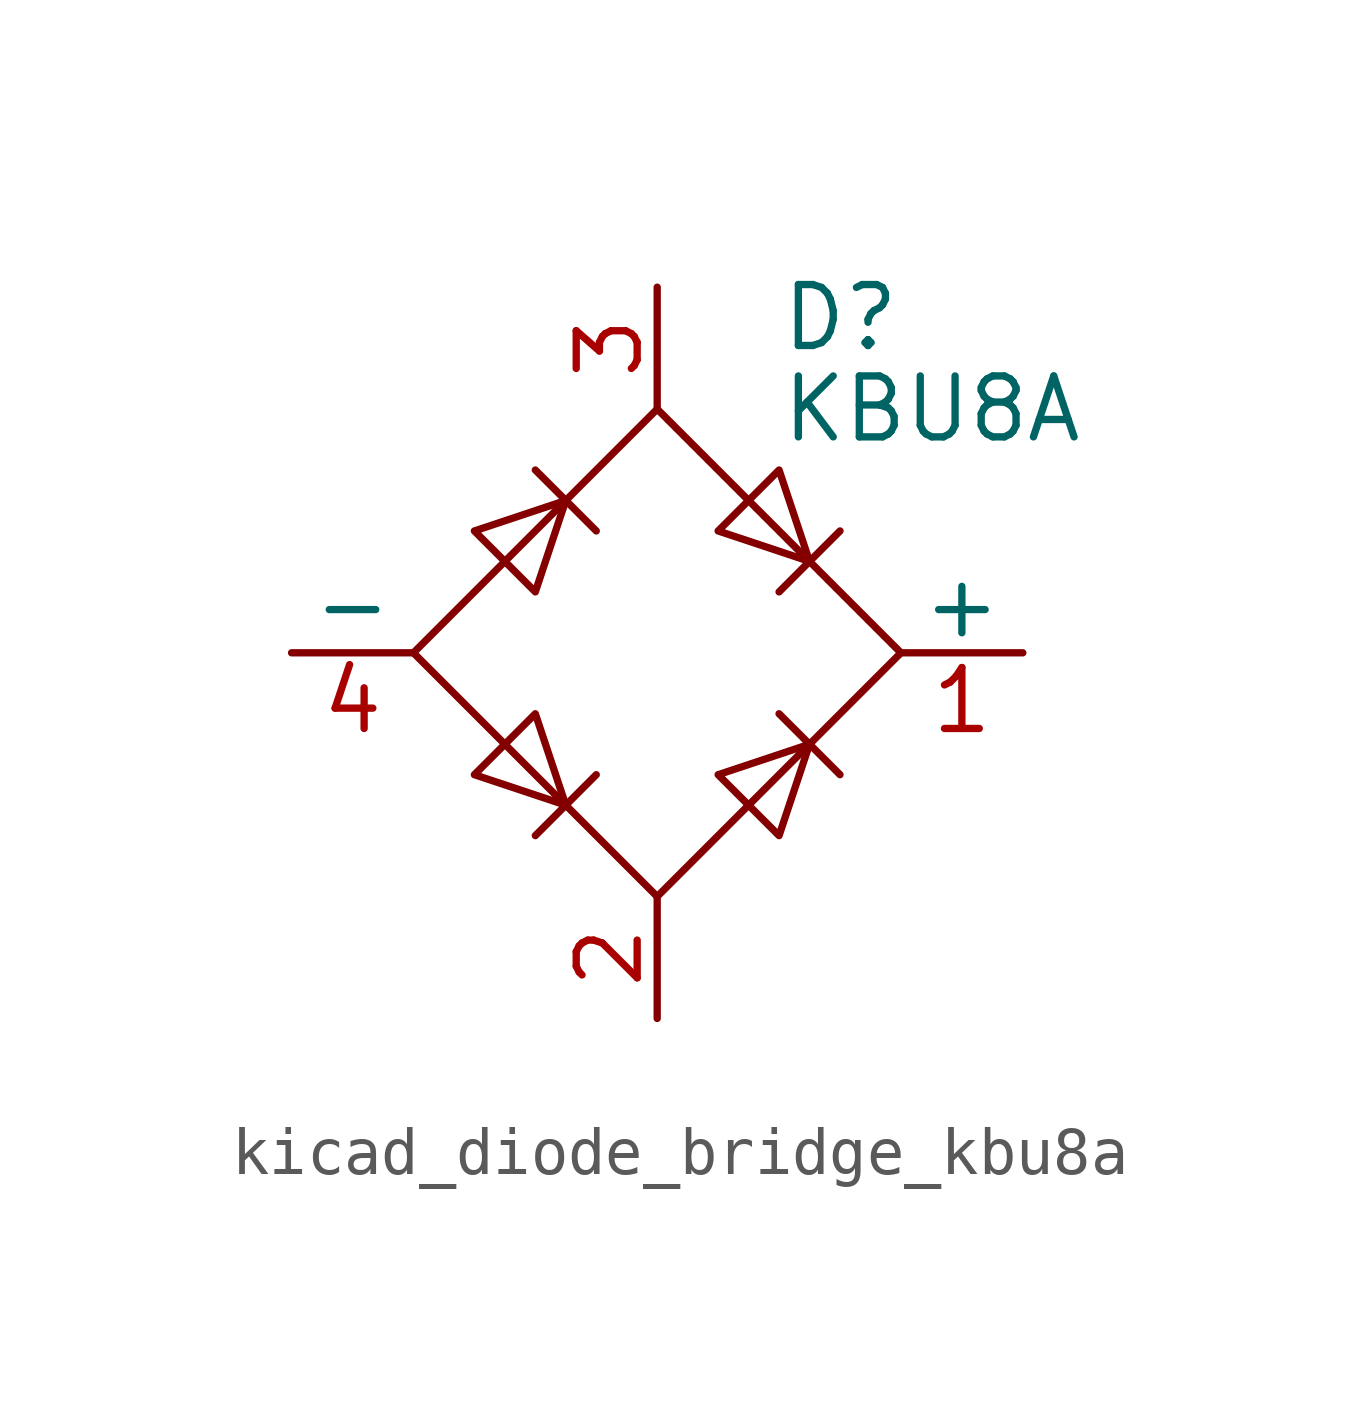
<source format=kicad_sym>
(kicad_symbol_lib
  (version 20220914)
  (generator kicad_symbol_editor)
  (symbol "kicad_diode_bridge_kbu8a"
    (pin_names
      (offset 0))
    (property "Reference" "D"
      (at 2.54 6.985 0)
      (effects (font (size 1.27 1.27)) (justify left)))
    (property "Value" "KBU8A"
      (at 2.54 5.08 0)
      (effects (font (size 1.27 1.27)) (justify left)))
    (symbol "kicad_diode_bridge_kbu8a_0_1"
      (polyline (pts (xy -2.54 3.81) (xy -1.27 2.54)) (stroke (width 0) (type default)) (fill (type none)))
      (polyline (pts (xy -1.27 -2.54) (xy -2.54 -3.81)) (stroke (width 0) (type default)) (fill (type none)))
      (polyline (pts (xy 2.54 -1.27) (xy 3.81 -2.54)) (stroke (width 0) (type default)) (fill (type none)))
      (polyline (pts (xy 2.54 1.27) (xy 3.81 2.54)) (stroke (width 0) (type default)) (fill (type none)))
      (polyline (pts (xy -3.81 2.54) (xy -2.54 1.27) (xy -1.905 3.175) (xy -3.81 2.54)) (stroke (width 0) (type default)) (fill (type none)))
      (polyline (pts (xy -2.54 -1.27) (xy -3.81 -2.54) (xy -1.905 -3.175) (xy -2.54 -1.27)) (stroke (width 0) (type default)) (fill (type none)))
      (polyline (pts (xy 1.27 2.54) (xy 2.54 3.81) (xy 3.175 1.905) (xy 1.27 2.54)) (stroke (width 0) (type default)) (fill (type none)))
      (polyline (pts (xy 3.175 -1.905) (xy 1.27 -2.54) (xy 2.54 -3.81) (xy 3.175 -1.905)) (stroke (width 0) (type default)) (fill (type none)))
      (polyline (pts (xy -5.08 0) (xy 0 -5.08) (xy 5.08 0) (xy 0 5.08) (xy -5.08 0)) (stroke (width 0) (type default)) (fill (type none))))
    (symbol "kicad_diode_bridge_kbu8a_1_1"
      (pin passive line (at 7.62 0 180) (length 2.54) (name "+" (effects (font (size 1.27 1.27)))) (number "1" (effects (font (size 1.27 1.27)))))
      (pin passive line (at 0 -7.62 90) (length 2.54) (name "~" (effects (font (size 1.27 1.27)))) (number "2" (effects (font (size 1.27 1.27)))))
      (pin passive line (at 0 7.62 270) (length 2.54) (name "~" (effects (font (size 1.27 1.27)))) (number "3" (effects (font (size 1.27 1.27)))))
      (pin passive line (at -7.62 0 0) (length 2.54) (name "-" (effects (font (size 1.27 1.27)))) (number "4" (effects (font (size 1.27 1.27))))))))
</source>
